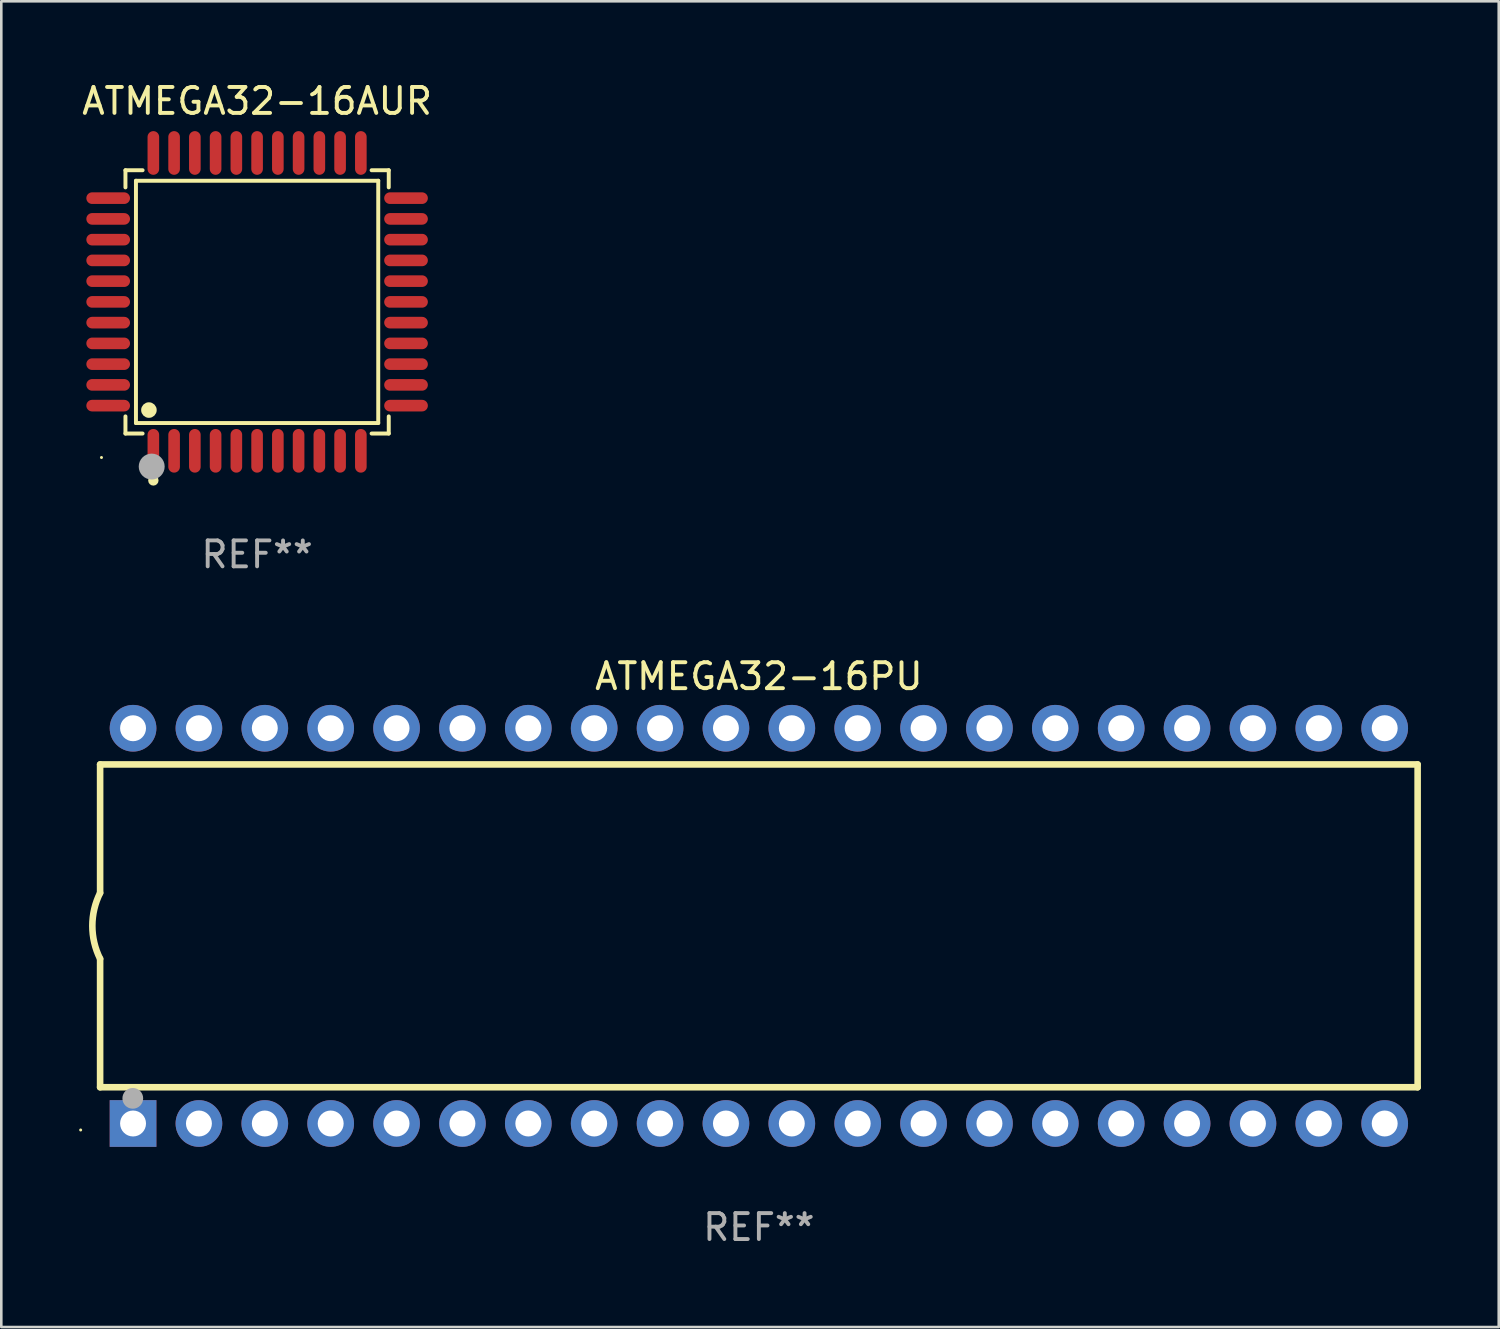
<source format=kicad_pcb>
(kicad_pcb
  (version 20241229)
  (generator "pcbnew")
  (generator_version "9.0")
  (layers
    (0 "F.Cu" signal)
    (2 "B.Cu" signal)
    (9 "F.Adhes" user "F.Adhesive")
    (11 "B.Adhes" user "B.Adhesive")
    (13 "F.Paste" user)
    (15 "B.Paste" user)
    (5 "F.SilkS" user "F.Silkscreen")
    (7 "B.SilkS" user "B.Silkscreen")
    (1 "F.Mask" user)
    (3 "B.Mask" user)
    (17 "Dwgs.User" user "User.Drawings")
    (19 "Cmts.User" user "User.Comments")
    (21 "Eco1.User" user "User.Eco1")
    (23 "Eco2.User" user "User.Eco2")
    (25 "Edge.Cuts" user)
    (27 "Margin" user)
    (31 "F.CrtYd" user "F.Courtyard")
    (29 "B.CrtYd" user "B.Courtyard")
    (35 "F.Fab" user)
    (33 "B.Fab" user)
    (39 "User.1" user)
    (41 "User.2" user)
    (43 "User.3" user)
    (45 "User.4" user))
  (footprint "ATMEGA32-16PU"
    (layer "F.Cu")
    (at 26.21 32.649)
    (property "Reference" "ATMEGA32-16PU" (at 0 -9.62 0) (layer "F.SilkS") (effects (font (size 1 1) (thickness 0.15))))
    (attr through_hole)
    (fp_line (start -25.4 -6.224) (end -25.4 -1.271) (stroke (width 0.254) (type solid)) (layer "F.SilkS"))
    (fp_line (start -25.4 -6.224) (end 25.4 -6.224) (stroke (width 0.254) (type solid)) (layer "F.SilkS"))
    (fp_line (start -25.4 1.269) (end -25.4 6.222) (stroke (width 0.254) (type solid)) (layer "F.SilkS"))
    (fp_line (start -25.4 6.222) (end 25.4 6.222) (stroke (width 0.254) (type solid)) (layer "F.SilkS"))
    (fp_line (start 25.4 6.222) (end 25.4 -6.224) (stroke (width 0.254) (type solid)) (layer "F.SilkS"))
    (fp_arc (start -25.4 1.269241) (mid -25.699807 -0.000762) (end -25.4 -1.270765) (stroke (width 0.254001) (type solid)) (layer "F.SilkS"))
    (fp_circle (center -26.15 7.87) (end -26.12 7.87) (stroke (width 0.06) (type solid)) (fill no) (layer "F.SilkS"))
    (fp_circle (center -24.14 6.65) (end -23.94 6.65) (stroke (width 0.4) (type solid)) (fill no) (layer "F.Fab"))
    (fp_text user "REF**" (at 0 11.62 0) (layer "F.Fab") (effects (font (size 1 1) (thickness 0.15))))
    (pad "1" thru_hole rect (at -24.13 7.62 90) (size 1.8 1.8) (drill 1) (layers "*.Cu" "*.Mask"))
    (pad "2" thru_hole circle (at -21.59 7.62) (size 1.8 1.8) (drill 1) (layers "*.Cu" "*.Mask"))
    (pad "3" thru_hole circle (at -19.05 7.62) (size 1.8 1.8) (drill 1) (layers "*.Cu" "*.Mask"))
    (pad "4" thru_hole circle (at -16.51 7.62) (size 1.8 1.8) (drill 1) (layers "*.Cu" "*.Mask"))
    (pad "5" thru_hole circle (at -13.97 7.62) (size 1.8 1.8) (drill 1) (layers "*.Cu" "*.Mask"))
    (pad "6" thru_hole circle (at -11.43 7.62) (size 1.8 1.8) (drill 1) (layers "*.Cu" "*.Mask"))
    (pad "7" thru_hole circle (at -8.89 7.62) (size 1.8 1.8) (drill 1) (layers "*.Cu" "*.Mask"))
    (pad "8" thru_hole circle (at -6.35 7.62) (size 1.8 1.8) (drill 1) (layers "*.Cu" "*.Mask"))
    (pad "9" thru_hole circle (at -3.81 7.62) (size 1.8 1.8) (drill 1) (layers "*.Cu" "*.Mask"))
    (pad "10" thru_hole circle (at -1.27 7.62) (size 1.8 1.8) (drill 1) (layers "*.Cu" "*.Mask"))
    (pad "11" thru_hole circle (at 1.27 7.62) (size 1.8 1.8) (drill 1) (layers "*.Cu" "*.Mask"))
    (pad "12" thru_hole circle (at 3.81 7.62) (size 1.8 1.8) (drill 1) (layers "*.Cu" "*.Mask"))
    (pad "13" thru_hole circle (at 6.35 7.62) (size 1.8 1.8) (drill 1) (layers "*.Cu" "*.Mask"))
    (pad "14" thru_hole circle (at 8.89 7.62) (size 1.8 1.8) (drill 1) (layers "*.Cu" "*.Mask"))
    (pad "15" thru_hole circle (at 11.43 7.62) (size 1.8 1.8) (drill 1) (layers "*.Cu" "*.Mask"))
    (pad "16" thru_hole circle (at 13.97 7.62) (size 1.8 1.8) (drill 1) (layers "*.Cu" "*.Mask"))
    (pad "17" thru_hole circle (at 16.51 7.62) (size 1.8 1.8) (drill 1) (layers "*.Cu" "*.Mask"))
    (pad "18" thru_hole circle (at 19.05 7.62) (size 1.8 1.8) (drill 1) (layers "*.Cu" "*.Mask"))
    (pad "19" thru_hole circle (at 21.59 7.62) (size 1.8 1.8) (drill 1) (layers "*.Cu" "*.Mask"))
    (pad "20" thru_hole circle (at 24.13 7.62) (size 1.8 1.8) (drill 1) (layers "*.Cu" "*.Mask"))
    (pad "21" thru_hole circle (at 24.13 -7.62) (size 1.8 1.8) (drill 1) (layers "*.Cu" "*.Mask"))
    (pad "22" thru_hole circle (at 21.59 -7.62) (size 1.8 1.8) (drill 1) (layers "*.Cu" "*.Mask"))
    (pad "23" thru_hole circle (at 19.05 -7.62) (size 1.8 1.8) (drill 1) (layers "*.Cu" "*.Mask"))
    (pad "24" thru_hole circle (at 16.51 -7.62) (size 1.8 1.8) (drill 1) (layers "*.Cu" "*.Mask"))
    (pad "25" thru_hole circle (at 13.97 -7.62) (size 1.8 1.8) (drill 1) (layers "*.Cu" "*.Mask"))
    (pad "26" thru_hole circle (at 11.43 -7.62) (size 1.8 1.8) (drill 1) (layers "*.Cu" "*.Mask"))
    (pad "27" thru_hole circle (at 8.89 -7.62) (size 1.8 1.8) (drill 1) (layers "*.Cu" "*.Mask"))
    (pad "28" thru_hole circle (at 6.35 -7.62) (size 1.8 1.8) (drill 1) (layers "*.Cu" "*.Mask"))
    (pad "29" thru_hole circle (at 3.81 -7.62) (size 1.8 1.8) (drill 1) (layers "*.Cu" "*.Mask"))
    (pad "30" thru_hole circle (at 1.27 -7.62) (size 1.8 1.8) (drill 1) (layers "*.Cu" "*.Mask"))
    (pad "31" thru_hole circle (at -1.27 -7.62) (size 1.8 1.8) (drill 1) (layers "*.Cu" "*.Mask"))
    (pad "32" thru_hole circle (at -3.81 -7.62) (size 1.8 1.8) (drill 1) (layers "*.Cu" "*.Mask"))
    (pad "33" thru_hole circle (at -6.35 -7.62) (size 1.8 1.8) (drill 1) (layers "*.Cu" "*.Mask"))
    (pad "34" thru_hole circle (at -8.89 -7.62) (size 1.8 1.8) (drill 1) (layers "*.Cu" "*.Mask"))
    (pad "35" thru_hole circle (at -11.43 -7.62) (size 1.8 1.8) (drill 1) (layers "*.Cu" "*.Mask"))
    (pad "36" thru_hole circle (at -13.97 -7.62) (size 1.8 1.8) (drill 1) (layers "*.Cu" "*.Mask"))
    (pad "37" thru_hole circle (at -16.51 -7.62) (size 1.8 1.8) (drill 1) (layers "*.Cu" "*.Mask"))
    (pad "38" thru_hole circle (at -19.05 -7.62) (size 1.8 1.8) (drill 1) (layers "*.Cu" "*.Mask"))
    (pad "39" thru_hole circle (at -21.59 -7.62) (size 1.8 1.8) (drill 1) (layers "*.Cu" "*.Mask"))
    (pad "40" thru_hole circle (at -24.13 -7.62) (size 1.8 1.8) (drill 1) (layers "*.Cu" "*.Mask")))
  (footprint "ATMEGA32-16AUR"
    (layer "F.Cu")
    (at 6.863 8.59)
    (property "Reference" "ATMEGA32-16AUR" (at 0 -7.742 0) (layer "F.SilkS") (effects (font (size 1 1) (thickness 0.15))))
    (attr through_hole)
    (fp_line (start -5.076 -5.076) (end -4.415 -5.076) (stroke (width 0.152) (type solid)) (layer "F.SilkS"))
    (fp_line (start -5.076 -4.415) (end -5.076 -5.076) (stroke (width 0.152) (type solid)) (layer "F.SilkS"))
    (fp_line (start -5.076 4.415) (end -5.076 5.076) (stroke (width 0.152) (type solid)) (layer "F.SilkS"))
    (fp_line (start -5.076 5.076) (end -4.415 5.076) (stroke (width 0.152) (type solid)) (layer "F.SilkS"))
    (fp_line (start -4.671 -4.671) (end 4.671 -4.671) (stroke (width 0.152) (type solid)) (layer "F.SilkS"))
    (fp_line (start -4.671 4.671) (end -4.671 -4.671) (stroke (width 0.152) (type solid)) (layer "F.SilkS"))
    (fp_line (start 4.671 -4.671) (end 4.671 4.671) (stroke (width 0.152) (type solid)) (layer "F.SilkS"))
    (fp_line (start 4.671 4.671) (end -4.671 4.671) (stroke (width 0.152) (type solid)) (layer "F.SilkS"))
    (fp_line (start 5.076 -5.076) (end 4.415 -5.076) (stroke (width 0.152) (type solid)) (layer "F.SilkS"))
    (fp_line (start 5.076 -4.415) (end 5.076 -5.076) (stroke (width 0.152) (type solid)) (layer "F.SilkS"))
    (fp_line (start 5.076 4.415) (end 5.076 5.076) (stroke (width 0.152) (type solid)) (layer "F.SilkS"))
    (fp_line (start 5.076 5.076) (end 4.415 5.076) (stroke (width 0.152) (type solid)) (layer "F.SilkS"))
    (fp_circle (center -6 6) (end -5.97 6) (stroke (width 0.06) (type solid)) (fill no) (layer "F.SilkS"))
    (fp_circle (center -4.171 4.171) (end -4.021 4.171) (stroke (width 0.3) (type solid)) (fill no) (layer "F.SilkS"))
    (fp_circle (center -4 6.884) (end -3.9 6.884) (stroke (width 0.2) (type solid)) (fill no) (layer "F.SilkS"))
    (fp_circle (center -4.064 6.35) (end -3.814 6.35) (stroke (width 0.5) (type solid)) (fill no) (layer "F.Fab"))
    (fp_text user "REF**" (at 0 9.742 0) (layer "F.Fab") (effects (font (size 1 1) (thickness 0.15))))
    (pad "1" smd oval (at -4 5.742) (size 0.448 1.684) (layers "F.Cu" "F.Mask" "F.Paste"))
    (pad "2" smd oval (at -3.2 5.742) (size 0.448 1.684) (layers "F.Cu" "F.Mask" "F.Paste"))
    (pad "3" smd oval (at -2.4 5.742) (size 0.448 1.684) (layers "F.Cu" "F.Mask" "F.Paste"))
    (pad "4" smd oval (at -1.6 5.742) (size 0.448 1.684) (layers "F.Cu" "F.Mask" "F.Paste"))
    (pad "5" smd oval (at -0.8 5.742) (size 0.448 1.684) (layers "F.Cu" "F.Mask" "F.Paste"))
    (pad "6" smd oval (at 0 5.742) (size 0.448 1.684) (layers "F.Cu" "F.Mask" "F.Paste"))
    (pad "7" smd oval (at 0.8 5.742) (size 0.448 1.684) (layers "F.Cu" "F.Mask" "F.Paste"))
    (pad "8" smd oval (at 1.6 5.742) (size 0.448 1.684) (layers "F.Cu" "F.Mask" "F.Paste"))
    (pad "9" smd oval (at 2.4 5.742) (size 0.448 1.684) (layers "F.Cu" "F.Mask" "F.Paste"))
    (pad "10" smd oval (at 3.2 5.742) (size 0.448 1.684) (layers "F.Cu" "F.Mask" "F.Paste"))
    (pad "11" smd oval (at 4 5.742) (size 0.448 1.684) (layers "F.Cu" "F.Mask" "F.Paste"))
    (pad "12" smd oval (at 5.742 4) (size 1.684 0.448) (layers "F.Cu" "F.Mask" "F.Paste"))
    (pad "13" smd oval (at 5.742 3.2) (size 1.684 0.448) (layers "F.Cu" "F.Mask" "F.Paste"))
    (pad "14" smd oval (at 5.742 2.4) (size 1.684 0.448) (layers "F.Cu" "F.Mask" "F.Paste"))
    (pad "15" smd oval (at 5.742 1.6) (size 1.684 0.448) (layers "F.Cu" "F.Mask" "F.Paste"))
    (pad "16" smd oval (at 5.742 0.8) (size 1.684 0.448) (layers "F.Cu" "F.Mask" "F.Paste"))
    (pad "17" smd oval (at 5.742 0) (size 1.684 0.448) (layers "F.Cu" "F.Mask" "F.Paste"))
    (pad "18" smd oval (at 5.742 -0.8) (size 1.684 0.448) (layers "F.Cu" "F.Mask" "F.Paste"))
    (pad "19" smd oval (at 5.742 -1.6) (size 1.684 0.448) (layers "F.Cu" "F.Mask" "F.Paste"))
    (pad "20" smd oval (at 5.742 -2.4) (size 1.684 0.448) (layers "F.Cu" "F.Mask" "F.Paste"))
    (pad "21" smd oval (at 5.742 -3.2) (size 1.684 0.448) (layers "F.Cu" "F.Mask" "F.Paste"))
    (pad "22" smd oval (at 5.742 -4) (size 1.684 0.448) (layers "F.Cu" "F.Mask" "F.Paste"))
    (pad "23" smd oval (at 4 -5.742) (size 0.448 1.684) (layers "F.Cu" "F.Mask" "F.Paste"))
    (pad "24" smd oval (at 3.2 -5.742) (size 0.448 1.684) (layers "F.Cu" "F.Mask" "F.Paste"))
    (pad "25" smd oval (at 2.4 -5.742) (size 0.448 1.684) (layers "F.Cu" "F.Mask" "F.Paste"))
    (pad "26" smd oval (at 1.6 -5.742) (size 0.448 1.684) (layers "F.Cu" "F.Mask" "F.Paste"))
    (pad "27" smd oval (at 0.8 -5.742) (size 0.448 1.684) (layers "F.Cu" "F.Mask" "F.Paste"))
    (pad "28" smd oval (at 0 -5.742) (size 0.448 1.684) (layers "F.Cu" "F.Mask" "F.Paste"))
    (pad "29" smd oval (at -0.8 -5.742) (size 0.448 1.684) (layers "F.Cu" "F.Mask" "F.Paste"))
    (pad "30" smd oval (at -1.6 -5.742) (size 0.448 1.684) (layers "F.Cu" "F.Mask" "F.Paste"))
    (pad "31" smd oval (at -2.4 -5.742) (size 0.448 1.684) (layers "F.Cu" "F.Mask" "F.Paste"))
    (pad "32" smd oval (at -3.2 -5.742) (size 0.448 1.684) (layers "F.Cu" "F.Mask" "F.Paste"))
    (pad "33" smd oval (at -4 -5.742) (size 0.448 1.684) (layers "F.Cu" "F.Mask" "F.Paste"))
    (pad "34" smd oval (at -5.742 -4) (size 1.684 0.448) (layers "F.Cu" "F.Mask" "F.Paste"))
    (pad "35" smd oval (at -5.742 -3.2) (size 1.684 0.448) (layers "F.Cu" "F.Mask" "F.Paste"))
    (pad "36" smd oval (at -5.742 -2.4) (size 1.684 0.448) (layers "F.Cu" "F.Mask" "F.Paste"))
    (pad "37" smd oval (at -5.742 -1.6) (size 1.684 0.448) (layers "F.Cu" "F.Mask" "F.Paste"))
    (pad "38" smd oval (at -5.742 -0.8) (size 1.684 0.448) (layers "F.Cu" "F.Mask" "F.Paste"))
    (pad "39" smd oval (at -5.742 0) (size 1.684 0.448) (layers "F.Cu" "F.Mask" "F.Paste"))
    (pad "40" smd oval (at -5.742 0.8) (size 1.684 0.448) (layers "F.Cu" "F.Mask" "F.Paste"))
    (pad "41" smd oval (at -5.742 1.6) (size 1.684 0.448) (layers "F.Cu" "F.Mask" "F.Paste"))
    (pad "42" smd oval (at -5.742 2.4) (size 1.684 0.448) (layers "F.Cu" "F.Mask" "F.Paste"))
    (pad "43" smd oval (at -5.742 3.2) (size 1.684 0.448) (layers "F.Cu" "F.Mask" "F.Paste"))
    (pad "44" smd oval (at -5.742 4) (size 1.684 0.448) (layers "F.Cu" "F.Mask" "F.Paste")))
  (gr_rect
    (start -3 -3)
    (end 54.737 48.117)
    (stroke (width 0.1) (type default))
    (fill no)
    (layer "Edge.Cuts")))
</source>
